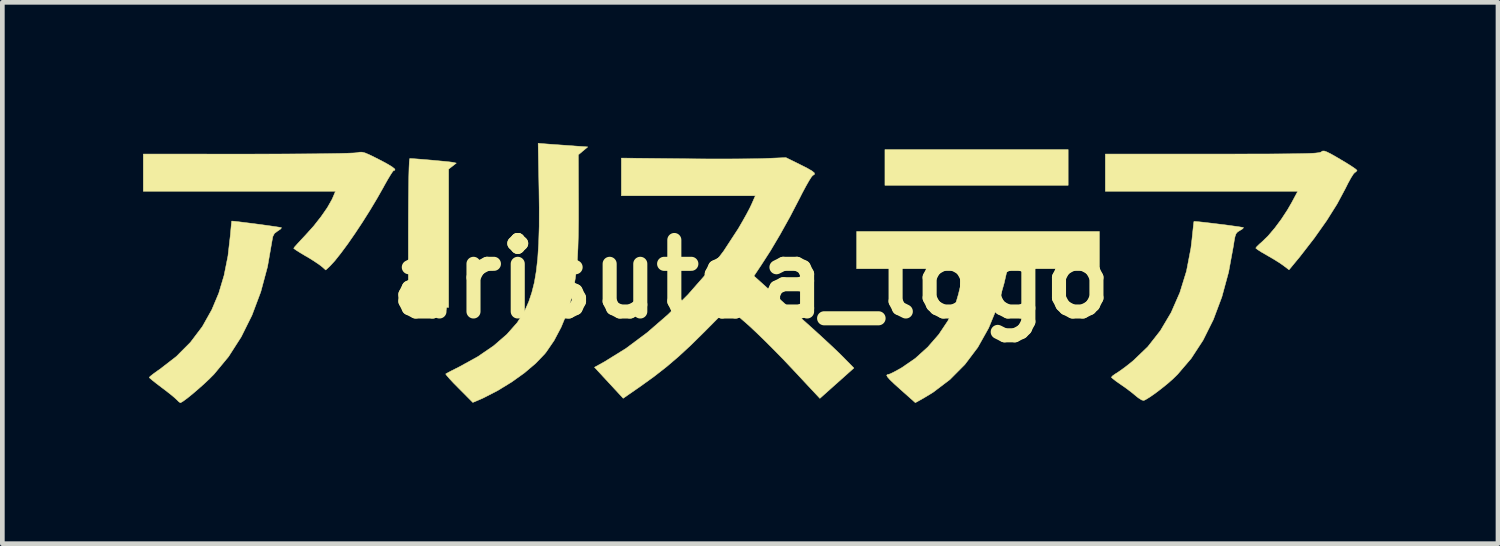
<source format=kicad_pcb>
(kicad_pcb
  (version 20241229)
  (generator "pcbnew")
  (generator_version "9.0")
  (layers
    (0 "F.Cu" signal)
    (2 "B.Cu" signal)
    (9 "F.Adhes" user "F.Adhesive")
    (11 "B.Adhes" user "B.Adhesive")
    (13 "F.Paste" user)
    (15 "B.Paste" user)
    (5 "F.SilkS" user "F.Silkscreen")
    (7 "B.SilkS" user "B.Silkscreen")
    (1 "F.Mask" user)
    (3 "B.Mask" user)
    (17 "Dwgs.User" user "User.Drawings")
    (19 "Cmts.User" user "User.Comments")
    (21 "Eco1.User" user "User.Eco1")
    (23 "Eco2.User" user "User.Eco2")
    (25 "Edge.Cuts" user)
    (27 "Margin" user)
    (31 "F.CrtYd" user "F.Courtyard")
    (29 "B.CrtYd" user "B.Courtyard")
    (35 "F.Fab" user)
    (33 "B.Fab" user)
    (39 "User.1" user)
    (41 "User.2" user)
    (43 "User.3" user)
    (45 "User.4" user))
  (footprint "arisutea_logo"
    (layer "F.Cu")
    (at 12.959 2.901)
    (property "Reference" "arisutea_logo" (at 0 0 0) (layer "F.SilkS") (effects (font (size 1.524 1.524) (thickness 0.3))))
    (attr through_hole)
    (fp_poly (pts (xy 6.763 -2) (xy 2.857 -2) (xy 2.857 -2.762) (xy 6.763 -2.762) (xy 6.763 -2)) (stroke (width 0.01) (type solid)) (fill yes) (layer "F.SilkS"))
    (fp_poly (pts (xy -7.211 -2.569) (xy -7.104 -2.561) (xy -6.966 -2.55) (xy -6.814 -2.537) (xy -6.662 -2.523) (xy -6.525 -2.51) (xy -6.419 -2.499) (xy -6.359 -2.491) (xy -6.355 -2.49) (xy -6.281 -2.474) (xy -6.445 -2.345) (xy -6.445 0.603) (xy -7.303 0.603) (xy -7.303 -0.984) (xy -7.302 -1.35) (xy -7.3 -1.675) (xy -7.297 -1.955) (xy -7.294 -2.186) (xy -7.289 -2.367) (xy -7.283 -2.493) (xy -7.277 -2.56) (xy -7.272 -2.572) (xy -7.211 -2.569)) (stroke (width 0.01) (type solid)) (fill yes) (layer "F.SilkS"))
    (fp_poly (pts (xy 7.429 -0.222) (xy 5.469 -0.222) (xy 5.398 0.087) (xy 5.255 0.587) (xy 5.068 1.042) (xy 4.837 1.454) (xy 4.561 1.82) (xy 4.243 2.14) (xy 3.882 2.414) (xy 3.681 2.536) (xy 3.505 2.634) (xy 3.197 2.36) (xy 3.058 2.235) (xy 2.964 2.145) (xy 2.911 2.084) (xy 2.894 2.049) (xy 2.91 2.034) (xy 2.93 2.032) (xy 2.974 2.017) (xy 3.057 1.976) (xy 3.165 1.917) (xy 3.217 1.887) (xy 3.503 1.69) (xy 3.769 1.45) (xy 4.005 1.179) (xy 4.199 0.889) (xy 4.327 0.628) (xy 4.375 0.489) (xy 4.423 0.325) (xy 4.464 0.155) (xy 4.494 -0.001) (xy 4.508 -0.121) (xy 4.508 -0.142) (xy 4.508 -0.222) (xy 2.254 -0.222) (xy 2.254 -1.016) (xy 7.429 -1.016) (xy 7.429 -0.222)) (stroke (width 0.01) (type solid)) (fill yes) (layer "F.SilkS"))
    (fp_poly (pts (xy -4.292 -2.877) (xy -4.138 -2.866) (xy -3.957 -2.853) (xy -3.784 -2.841) (xy -3.764 -2.839) (xy -3.479 -2.819) (xy -3.579 -2.735) (xy -3.679 -2.651) (xy -3.676 -1.619) (xy -3.676 -1.249) (xy -3.68 -0.932) (xy -3.688 -0.661) (xy -3.7 -0.425) (xy -3.718 -0.216) (xy -3.743 -0.024) (xy -3.774 0.16) (xy -3.812 0.345) (xy -3.828 0.413) (xy -3.92 0.719) (xy -4.046 1.025) (xy -4.197 1.31) (xy -4.365 1.555) (xy -4.397 1.595) (xy -4.589 1.795) (xy -4.828 1.998) (xy -5.102 2.194) (xy -5.396 2.374) (xy -5.695 2.528) (xy -5.814 2.581) (xy -5.929 2.629) (xy -6.225 2.331) (xy -6.334 2.221) (xy -6.422 2.127) (xy -6.482 2.058) (xy -6.507 2.023) (xy -6.507 2.021) (xy -6.474 2.002) (xy -6.398 1.961) (xy -6.289 1.906) (xy -6.206 1.864) (xy -5.819 1.65) (xy -5.485 1.421) (xy -5.204 1.178) (xy -4.981 0.926) (xy -4.819 0.666) (xy -4.815 0.659) (xy -4.736 0.48) (xy -4.671 0.286) (xy -4.617 0.072) (xy -4.576 -0.17) (xy -4.545 -0.444) (xy -4.525 -0.758) (xy -4.514 -1.118) (xy -4.513 -1.529) (xy -4.518 -1.916) (xy -4.536 -2.896) (xy -4.292 -2.877)) (stroke (width 0.01) (type solid)) (fill yes) (layer "F.SilkS"))
    (fp_poly (pts (xy 12.276 -2.713) (xy 12.359 -2.672) (xy 12.481 -2.603) (xy 12.567 -2.552) (xy 12.7 -2.473) (xy 12.81 -2.403) (xy 12.887 -2.35) (xy 12.921 -2.32) (xy 12.922 -2.318) (xy 12.897 -2.286) (xy 12.876 -2.275) (xy 12.844 -2.241) (xy 12.793 -2.161) (xy 12.731 -2.048) (xy 12.672 -1.93) (xy 12.498 -1.605) (xy 12.275 -1.25) (xy 12.008 -0.872) (xy 11.701 -0.476) (xy 11.619 -0.377) (xy 11.472 -0.199) (xy 11.348 -0.293) (xy 11.258 -0.355) (xy 11.137 -0.43) (xy 11.008 -0.505) (xy 10.993 -0.514) (xy 10.888 -0.574) (xy 10.808 -0.625) (xy 10.766 -0.658) (xy 10.763 -0.663) (xy 10.786 -0.694) (xy 10.844 -0.75) (xy 10.9 -0.799) (xy 11.025 -0.921) (xy 11.164 -1.084) (xy 11.306 -1.274) (xy 11.438 -1.475) (xy 11.526 -1.627) (xy 11.658 -1.873) (xy 7.556 -1.873) (xy 7.556 -2.667) (xy 9.832 -2.667) (xy 10.273 -2.667) (xy 10.656 -2.668) (xy 10.983 -2.668) (xy 11.259 -2.67) (xy 11.489 -2.672) (xy 11.677 -2.675) (xy 11.826 -2.678) (xy 11.942 -2.682) (xy 12.028 -2.687) (xy 12.09 -2.694) (xy 12.13 -2.701) (xy 12.153 -2.709) (xy 12.16 -2.714) (xy 12.186 -2.731) (xy 12.222 -2.732) (xy 12.276 -2.713)) (stroke (width 0.01) (type solid)) (fill yes) (layer "F.SilkS"))
    (fp_poly (pts (xy -11.008 -1.233) (xy -10.904 -1.221) (xy -10.768 -1.204) (xy -10.615 -1.185) (xy -10.455 -1.164) (xy -10.303 -1.143) (xy -10.17 -1.124) (xy -10.07 -1.109) (xy -10.015 -1.099) (xy -10.008 -1.097) (xy -10.022 -1.073) (xy -10.076 -1.034) (xy -10.091 -1.025) (xy -10.158 -0.975) (xy -10.193 -0.907) (xy -10.208 -0.826) (xy -10.306 -0.264) (xy -10.449 0.269) (xy -10.637 0.77) (xy -10.867 1.232) (xy -11.137 1.653) (xy -11.445 2.025) (xy -11.447 2.027) (xy -11.543 2.124) (xy -11.658 2.232) (xy -11.782 2.342) (xy -11.903 2.446) (xy -12.013 2.535) (xy -12.101 2.6) (xy -12.156 2.633) (xy -12.165 2.635) (xy -12.197 2.614) (xy -12.242 2.569) (xy -12.292 2.523) (xy -12.38 2.45) (xy -12.491 2.364) (xy -12.564 2.309) (xy -12.673 2.226) (xy -12.76 2.157) (xy -12.815 2.11) (xy -12.827 2.095) (xy -12.803 2.069) (xy -12.738 2.018) (xy -12.644 1.95) (xy -12.608 1.926) (xy -12.251 1.65) (xy -11.949 1.347) (xy -11.695 1.011) (xy -11.493 0.651) (xy -11.345 0.299) (xy -11.232 -0.079) (xy -11.149 -0.494) (xy -11.096 -0.956) (xy -11.096 -0.96) (xy -11.085 -1.084) (xy -11.076 -1.179) (xy -11.07 -1.232) (xy -11.069 -1.238) (xy -11.008 -1.233)) (stroke (width 0.01) (type solid)) (fill yes) (layer "F.SilkS"))
    (fp_poly (pts (xy 9.477 -1.229) (xy 9.559 -1.222) (xy 9.678 -1.209) (xy 9.823 -1.192) (xy 9.979 -1.173) (xy 10.135 -1.154) (xy 10.278 -1.134) (xy 10.395 -1.118) (xy 10.474 -1.105) (xy 10.501 -1.099) (xy 10.486 -1.076) (xy 10.431 -1.041) (xy 10.421 -1.035) (xy 10.374 -1.006) (xy 10.342 -0.968) (xy 10.32 -0.906) (xy 10.301 -0.805) (xy 10.289 -0.723) (xy 10.184 -0.151) (xy 10.04 0.379) (xy 9.858 0.864) (xy 9.639 1.303) (xy 9.385 1.692) (xy 9.095 2.031) (xy 9.003 2.121) (xy 8.888 2.223) (xy 8.758 2.328) (xy 8.627 2.428) (xy 8.507 2.512) (xy 8.414 2.569) (xy 8.375 2.587) (xy 8.33 2.576) (xy 8.259 2.531) (xy 8.209 2.491) (xy 8.117 2.415) (xy 7.998 2.325) (xy 7.885 2.246) (xy 7.789 2.179) (xy 7.719 2.125) (xy 7.685 2.093) (xy 7.685 2.091) (xy 7.709 2.063) (xy 7.77 2.019) (xy 7.799 2.002) (xy 7.876 1.95) (xy 7.983 1.872) (xy 8.101 1.779) (xy 8.152 1.737) (xy 8.46 1.442) (xy 8.729 1.099) (xy 8.958 0.713) (xy 9.144 0.288) (xy 9.286 -0.171) (xy 9.38 -0.66) (xy 9.403 -0.852) (xy 9.418 -0.997) (xy 9.431 -1.117) (xy 9.44 -1.199) (xy 9.445 -1.23) (xy 9.477 -1.229)) (stroke (width 0.01) (type solid)) (fill yes) (layer "F.SilkS"))
    (fp_poly (pts (xy -8.289 -2.707) (xy -8.226 -2.691) (xy -8.141 -2.655) (xy -8.02 -2.596) (xy -7.931 -2.551) (xy -7.761 -2.461) (xy -7.647 -2.392) (xy -7.59 -2.345) (xy -7.591 -2.321) (xy -7.615 -2.318) (xy -7.639 -2.291) (xy -7.686 -2.22) (xy -7.75 -2.113) (xy -7.823 -1.983) (xy -7.826 -1.976) (xy -7.966 -1.729) (xy -8.119 -1.473) (xy -8.279 -1.219) (xy -8.441 -0.974) (xy -8.597 -0.749) (xy -8.743 -0.552) (xy -8.871 -0.391) (xy -8.977 -0.276) (xy -8.99 -0.264) (xy -9.065 -0.195) (xy -9.154 -0.273) (xy -9.223 -0.324) (xy -9.328 -0.394) (xy -9.451 -0.47) (xy -9.496 -0.495) (xy -9.606 -0.561) (xy -9.692 -0.615) (xy -9.741 -0.65) (xy -9.747 -0.658) (xy -9.727 -0.687) (xy -9.67 -0.751) (xy -9.587 -0.841) (xy -9.496 -0.938) (xy -9.322 -1.131) (xy -9.164 -1.332) (xy -9.03 -1.525) (xy -8.932 -1.698) (xy -8.907 -1.754) (xy -8.857 -1.873) (xy -10.906 -1.873) (xy -12.954 -1.873) (xy -12.954 -2.27) (xy -12.954 -2.667) (xy -10.739 -2.666) (xy -10.32 -2.667) (xy -9.931 -2.668) (xy -9.576 -2.67) (xy -9.26 -2.672) (xy -8.987 -2.676) (xy -8.76 -2.68) (xy -8.585 -2.685) (xy -8.464 -2.69) (xy -8.402 -2.695) (xy -8.4 -2.696) (xy -8.343 -2.707) (xy -8.289 -2.707)) (stroke (width 0.01) (type solid)) (fill yes) (layer "F.SilkS"))
    (fp_poly (pts (xy 1.056 -2.438) (xy 1.206 -2.362) (xy 1.302 -2.306) (xy 1.351 -2.266) (xy 1.357 -2.237) (xy 1.326 -2.215) (xy 1.318 -2.211) (xy 1.289 -2.178) (xy 1.238 -2.098) (xy 1.171 -1.98) (xy 1.093 -1.834) (xy 1.033 -1.716) (xy 0.834 -1.333) (xy 0.624 -0.956) (xy 0.415 -0.603) (xy 0.217 -0.296) (xy 0.064 -0.067) (xy 0.374 0.212) (xy 0.498 0.324) (xy 0.656 0.465) (xy 0.834 0.624) (xy 1.018 0.787) (xy 1.192 0.942) (xy 1.362 1.095) (xy 1.535 1.253) (xy 1.698 1.404) (xy 1.838 1.536) (xy 1.943 1.639) (xy 1.947 1.643) (xy 2.195 1.895) (xy 1.915 2.145) (xy 1.796 2.251) (xy 1.686 2.349) (xy 1.599 2.427) (xy 1.553 2.468) (xy 1.47 2.542) (xy 0.863 1.893) (xy 0.682 1.702) (xy 0.492 1.508) (xy 0.304 1.32) (xy 0.13 1.151) (xy -0.021 1.009) (xy -0.113 0.927) (xy -0.483 0.61) (xy -0.996 1.127) (xy -1.28 1.407) (xy -1.542 1.649) (xy -1.799 1.868) (xy -2.065 2.076) (xy -2.358 2.287) (xy -2.417 2.328) (xy -2.723 2.54) (xy -3.335 1.879) (xy -3.12 1.76) (xy -2.665 1.478) (xy -2.212 1.14) (xy -1.769 0.756) (xy -1.345 0.333) (xy -0.947 -0.12) (xy -0.583 -0.596) (xy -0.263 -1.086) (xy -0.263 -1.087) (xy -0.176 -1.237) (xy -0.092 -1.387) (xy -0.023 -1.518) (xy 0.015 -1.598) (xy 0.094 -1.778) (xy -2.762 -1.778) (xy -2.762 -2.581) (xy -1.468 -2.567) (xy -1.166 -2.564) (xy -0.864 -2.562) (xy -0.573 -2.562) (xy -0.304 -2.563) (xy -0.067 -2.565) (xy 0.129 -2.567) (xy 0.273 -2.571) (xy 0.286 -2.572) (xy 0.746 -2.591) (xy 1.056 -2.438)) (stroke (width 0.01) (type solid)) (fill yes) (layer "F.SilkS")))
  (gr_rect
    (start -3 -3)
    (end 28.886 8.541)
    (stroke (width 0.1) (type default))
    (fill no)
    (layer "Edge.Cuts")))
</source>
